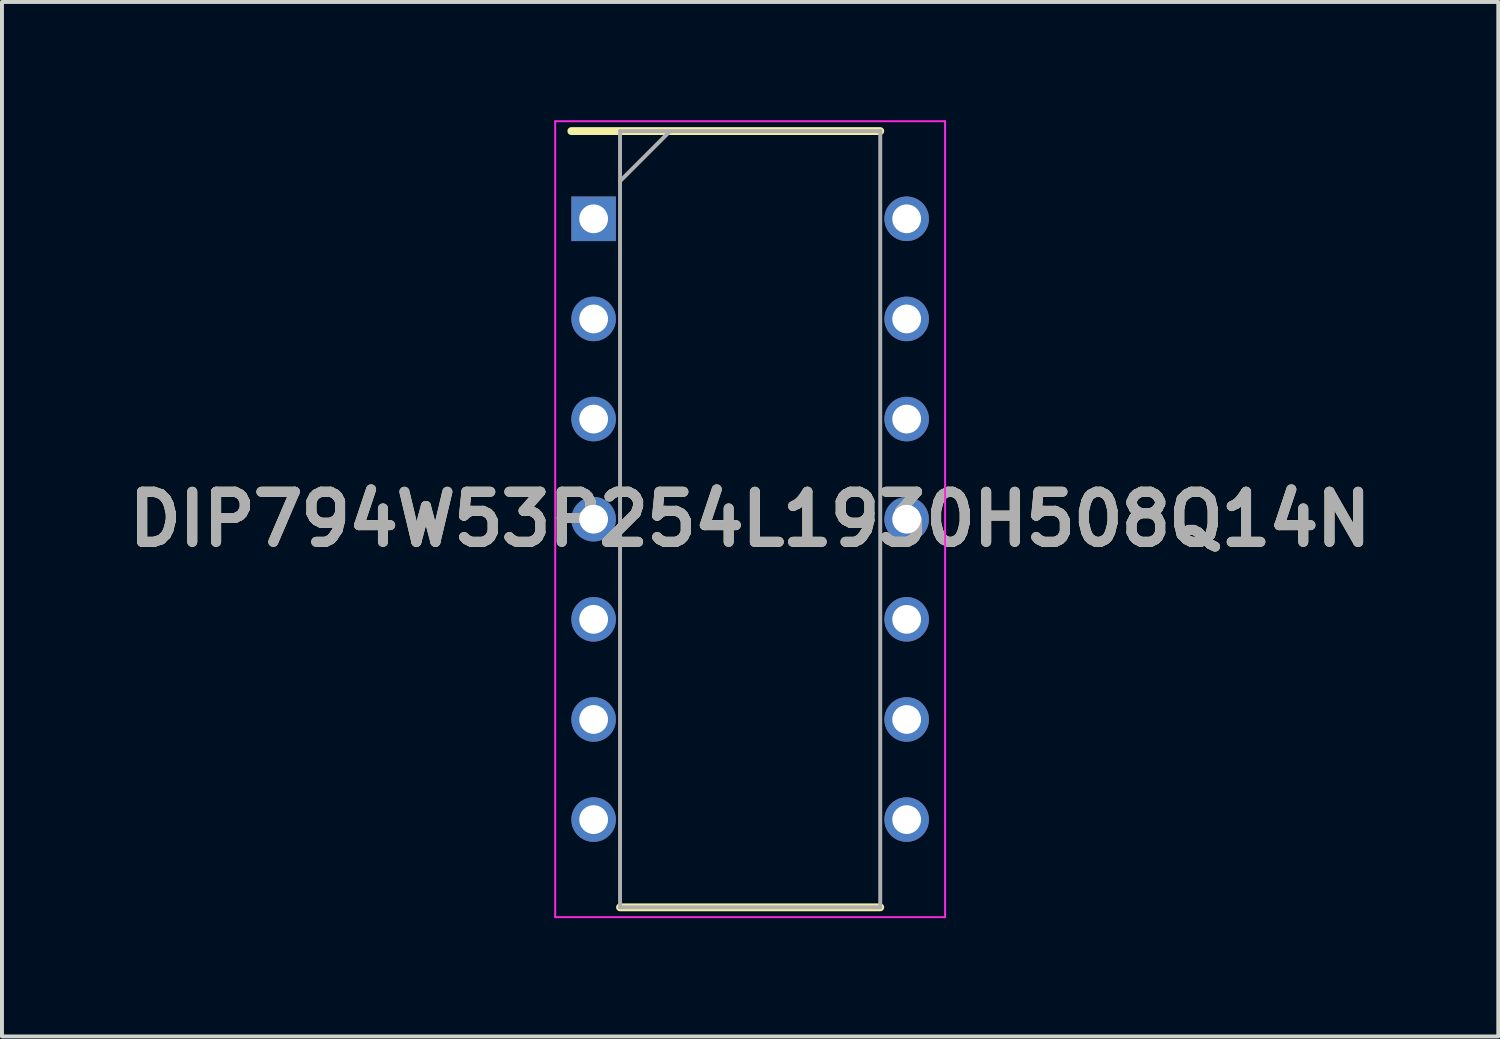
<source format=kicad_pcb>
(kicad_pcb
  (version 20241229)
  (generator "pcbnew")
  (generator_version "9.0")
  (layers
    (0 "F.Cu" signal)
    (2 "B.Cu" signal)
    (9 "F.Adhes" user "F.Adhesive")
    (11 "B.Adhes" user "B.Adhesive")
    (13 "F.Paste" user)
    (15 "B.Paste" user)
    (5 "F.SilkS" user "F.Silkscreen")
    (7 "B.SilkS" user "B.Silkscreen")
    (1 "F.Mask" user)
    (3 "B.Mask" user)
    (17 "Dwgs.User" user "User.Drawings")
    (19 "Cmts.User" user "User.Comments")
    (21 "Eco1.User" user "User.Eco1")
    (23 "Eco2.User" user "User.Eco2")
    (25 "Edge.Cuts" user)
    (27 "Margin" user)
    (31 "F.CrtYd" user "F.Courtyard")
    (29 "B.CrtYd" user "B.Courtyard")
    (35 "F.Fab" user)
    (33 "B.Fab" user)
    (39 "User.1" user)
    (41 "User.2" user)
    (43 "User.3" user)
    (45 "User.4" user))
  (footprint "DIP794W53P254L1930H508Q14N"
    (layer "F.Cu")
    (at 15.978 10.12)
    (property "Reference" "DIP794W53P254L1930H508Q14N" (at 0 0 0) (layer "F.SilkS") (effects (font (size 1.27 1.27) (thickness 0.254))))
    (attr through_hole)
    (fp_line (start -4.535 -9.845) (end 3.3 -9.845) (stroke (width 0.2) (type solid)) (layer "F.SilkS"))
    (fp_line (start -3.3 9.845) (end 3.3 9.845) (stroke (width 0.2) (type solid)) (layer "F.SilkS"))
    (fp_line (start -4.945 -10.095) (end 4.945 -10.095) (stroke (width 0.05) (type solid)) (layer "F.CrtYd"))
    (fp_line (start -4.945 10.095) (end -4.945 -10.095) (stroke (width 0.05) (type solid)) (layer "F.CrtYd"))
    (fp_line (start 4.945 -10.095) (end 4.945 10.095) (stroke (width 0.05) (type solid)) (layer "F.CrtYd"))
    (fp_line (start 4.945 10.095) (end -4.945 10.095) (stroke (width 0.05) (type solid)) (layer "F.CrtYd"))
    (fp_line (start -3.3 -9.845) (end 3.3 -9.845) (stroke (width 0.1) (type solid)) (layer "F.Fab"))
    (fp_line (start -3.3 -8.575) (end -2.03 -9.845) (stroke (width 0.1) (type solid)) (layer "F.Fab"))
    (fp_line (start -3.3 9.845) (end -3.3 -9.845) (stroke (width 0.1) (type solid)) (layer "F.Fab"))
    (fp_line (start 3.3 -9.845) (end 3.3 9.845) (stroke (width 0.1) (type solid)) (layer "F.Fab"))
    (fp_line (start 3.3 9.845) (end -3.3 9.845) (stroke (width 0.1) (type solid)) (layer "F.Fab"))
    (fp_text user "${REFERENCE}" (at 0 0 0) (layer "F.Fab") (effects (font (size 1.27 1.27) (thickness 0.254))))
    (pad "1" thru_hole rect (at -3.97 -7.62) (size 1.13 1.13) (drill 0.73) (layers "*.Cu" "*.Mask"))
    (pad "2" thru_hole circle (at -3.97 -5.08) (size 1.13 1.13) (drill 0.73) (layers "*.Cu" "*.Mask"))
    (pad "3" thru_hole circle (at -3.97 -2.54) (size 1.13 1.13) (drill 0.73) (layers "*.Cu" "*.Mask"))
    (pad "4" thru_hole circle (at -3.97 0) (size 1.13 1.13) (drill 0.73) (layers "*.Cu" "*.Mask"))
    (pad "5" thru_hole circle (at -3.97 2.54) (size 1.13 1.13) (drill 0.73) (layers "*.Cu" "*.Mask"))
    (pad "6" thru_hole circle (at -3.97 5.08) (size 1.13 1.13) (drill 0.73) (layers "*.Cu" "*.Mask"))
    (pad "7" thru_hole circle (at -3.97 7.62) (size 1.13 1.13) (drill 0.73) (layers "*.Cu" "*.Mask"))
    (pad "8" thru_hole circle (at 3.97 7.62) (size 1.13 1.13) (drill 0.73) (layers "*.Cu" "*.Mask"))
    (pad "9" thru_hole circle (at 3.97 5.08) (size 1.13 1.13) (drill 0.73) (layers "*.Cu" "*.Mask"))
    (pad "10" thru_hole circle (at 3.97 2.54) (size 1.13 1.13) (drill 0.73) (layers "*.Cu" "*.Mask"))
    (pad "11" thru_hole circle (at 3.97 0) (size 1.13 1.13) (drill 0.73) (layers "*.Cu" "*.Mask"))
    (pad "12" thru_hole circle (at 3.97 -2.54) (size 1.13 1.13) (drill 0.73) (layers "*.Cu" "*.Mask"))
    (pad "13" thru_hole circle (at 3.97 -5.08) (size 1.13 1.13) (drill 0.73) (layers "*.Cu" "*.Mask"))
    (pad "14" thru_hole circle (at 3.97 -7.62) (size 1.13 1.13) (drill 0.73) (layers "*.Cu" "*.Mask")))
  (gr_rect
    (start -3 -3)
    (end 34.956 23.24)
    (stroke (width 0.1) (type default))
    (fill no)
    (layer "Edge.Cuts")))
</source>
